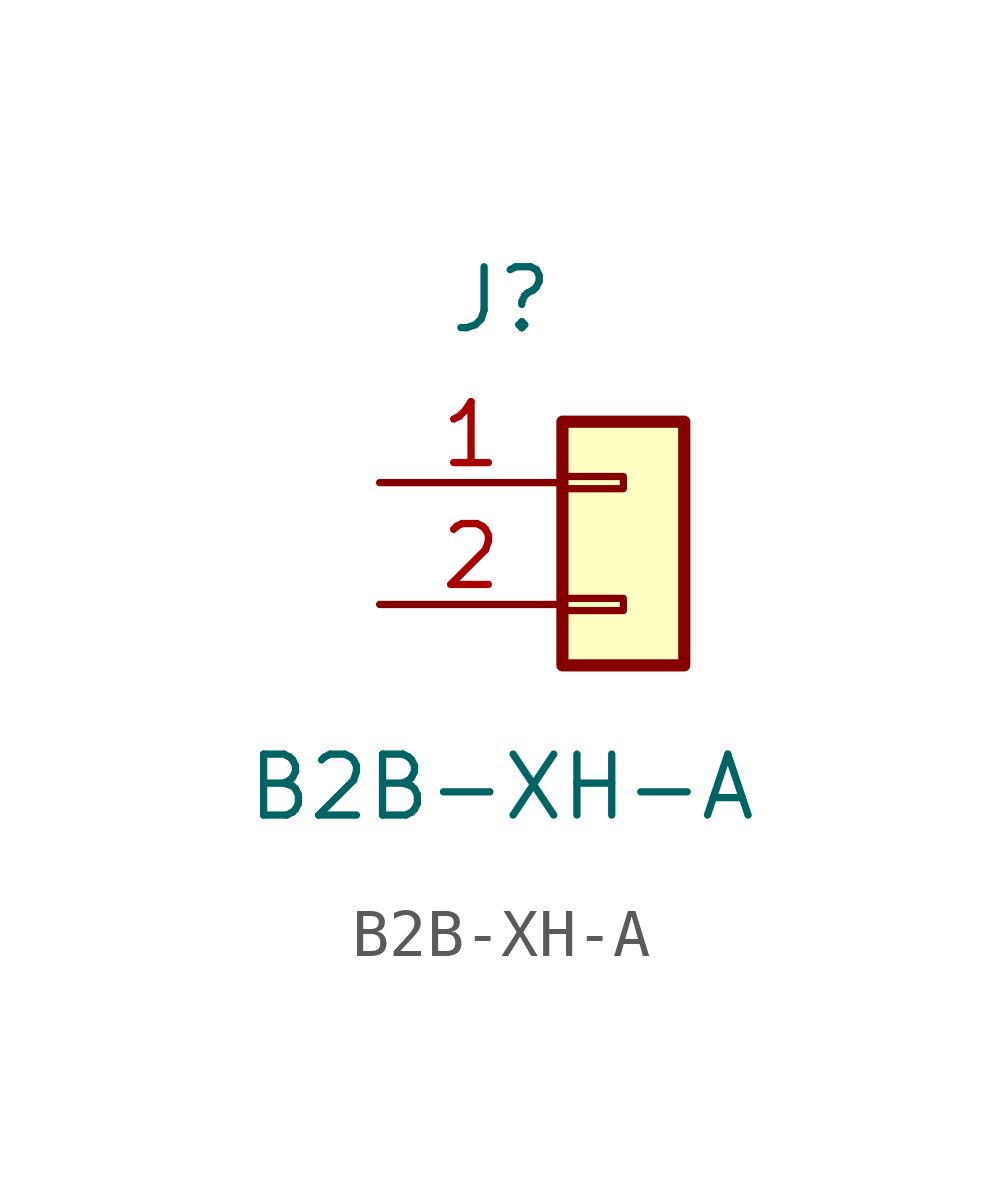
<source format=kicad_sym>
(kicad_symbol_lib
  (version 20211014)
  (generator kicad_symbol_editor)
  (symbol "B2B-XH-A"
    (pin_names
      (offset 1.016) hide)
    (property "Reference" "J"
      (at 0 5.08 0)
      (effects (font (size 1.27 1.27))))
    (property "Value" "B2B-XH-A"
      (at 0 -5.08 0)
      (effects (font (size 1.27 1.27))))
    (symbol "B2B-XH-A_1_1"
      (rectangle (start 1.27 -1.143) (end 2.54 -1.397) (stroke (width 0.152) (type default) (color 0 0 0 0)) (fill (type none)))
      (rectangle (start 1.27 1.397) (end 2.54 1.143) (stroke (width 0.152) (type default) (color 0 0 0 0)) (fill (type none)))
      (rectangle (start 1.27 2.54) (end 3.81 -2.54) (stroke (width 0.254) (type default) (color 0 0 0 0)) (fill (type background)))
      (pin passive line (at -2.54 1.27 0) (length 3.81) (name "Pin_1" (effects (font (size 1.27 1.27)))) (number "1" (effects (font (size 1.27 1.27)))))
      (pin passive line (at -2.54 -1.27 0) (length 3.81) (name "Pin_2" (effects (font (size 1.27 1.27)))) (number "2" (effects (font (size 1.27 1.27))))))))
</source>
